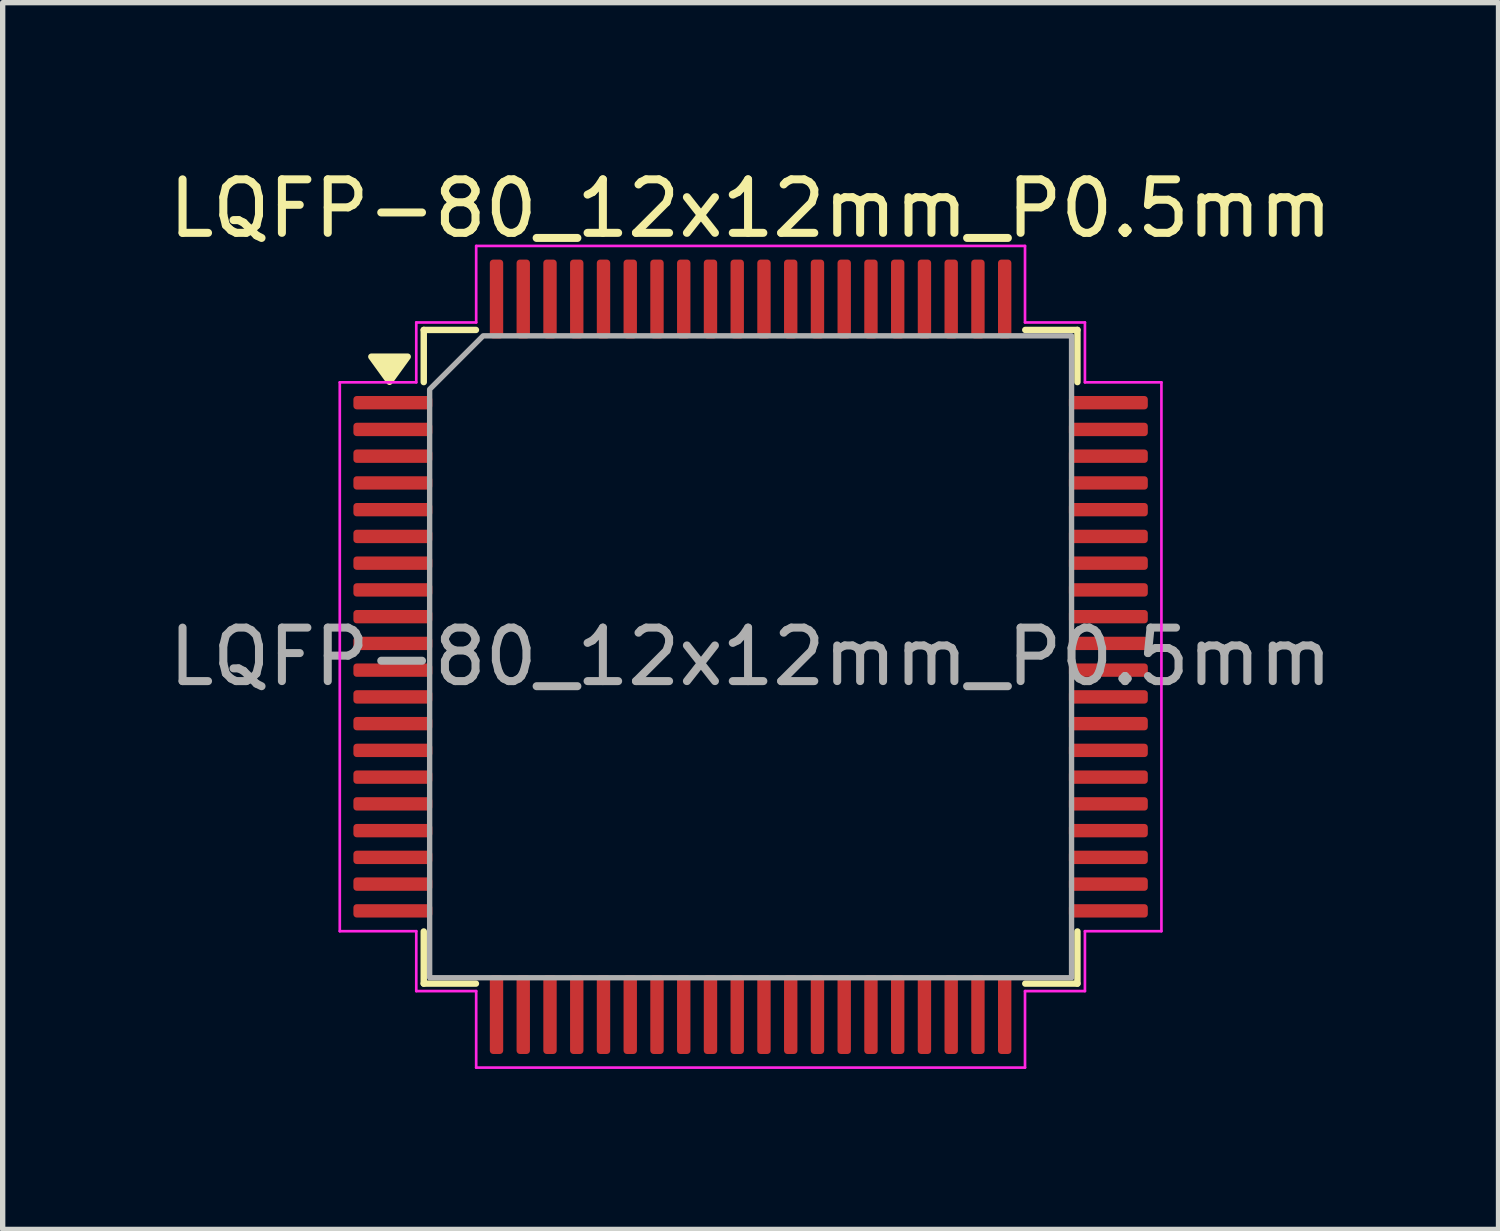
<source format=kicad_pcb>
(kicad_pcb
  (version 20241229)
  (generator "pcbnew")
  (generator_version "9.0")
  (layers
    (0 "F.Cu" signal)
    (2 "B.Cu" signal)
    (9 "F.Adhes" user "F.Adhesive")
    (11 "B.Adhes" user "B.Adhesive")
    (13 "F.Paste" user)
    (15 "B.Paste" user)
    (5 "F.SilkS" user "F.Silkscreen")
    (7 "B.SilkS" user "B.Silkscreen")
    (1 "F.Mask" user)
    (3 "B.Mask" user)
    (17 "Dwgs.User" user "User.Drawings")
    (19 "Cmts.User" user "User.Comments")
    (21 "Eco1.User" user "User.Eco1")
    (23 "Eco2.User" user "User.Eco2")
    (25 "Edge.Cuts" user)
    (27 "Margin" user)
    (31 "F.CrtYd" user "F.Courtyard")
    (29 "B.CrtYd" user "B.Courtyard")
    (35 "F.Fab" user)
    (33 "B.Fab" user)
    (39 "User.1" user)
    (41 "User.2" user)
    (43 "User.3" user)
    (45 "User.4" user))
  (footprint "LQFP-80_12x12mm_P0.5mm"
    (layer "F.Cu")
    (at 10.982 9.228)
    (property "Reference" "LQFP-80_12x12mm_P0.5mm" (at 0 -8.38 0) (layer "F.SilkS") (effects (font (size 1 1) (thickness 0.15))))
    (attr smd)
    (fp_line (start -6.11 -6.11) (end -5.135 -6.11) (stroke (width 0.12) (type solid)) (layer "F.SilkS"))
    (fp_line (start -6.11 -5.135) (end -6.11 -6.11) (stroke (width 0.12) (type solid)) (layer "F.SilkS"))
    (fp_line (start -6.11 6.11) (end -6.11 5.135) (stroke (width 0.12) (type solid)) (layer "F.SilkS"))
    (fp_line (start -5.135 6.11) (end -6.11 6.11) (stroke (width 0.12) (type solid)) (layer "F.SilkS"))
    (fp_line (start 5.135 -6.11) (end 6.11 -6.11) (stroke (width 0.12) (type solid)) (layer "F.SilkS"))
    (fp_line (start 6.11 -6.11) (end 6.11 -5.135) (stroke (width 0.12) (type solid)) (layer "F.SilkS"))
    (fp_line (start 6.11 5.135) (end 6.11 6.11) (stroke (width 0.12) (type solid)) (layer "F.SilkS"))
    (fp_line (start 6.11 6.11) (end 5.135 6.11) (stroke (width 0.12) (type solid)) (layer "F.SilkS"))
    (fp_poly (pts (xy -6.75 -5.14) (xy -7.09 -5.61) (xy -6.41 -5.61)) (stroke (width 0.12) (type solid)) (fill yes) (layer "F.SilkS"))
    (fp_line (start -7.68 -5.13) (end -6.25 -5.13) (stroke (width 0.05) (type solid)) (layer "F.CrtYd"))
    (fp_line (start -7.68 5.13) (end -7.68 -5.13) (stroke (width 0.05) (type solid)) (layer "F.CrtYd"))
    (fp_line (start -6.25 -6.25) (end -5.13 -6.25) (stroke (width 0.05) (type solid)) (layer "F.CrtYd"))
    (fp_line (start -6.25 -5.13) (end -6.25 -6.25) (stroke (width 0.05) (type solid)) (layer "F.CrtYd"))
    (fp_line (start -6.25 5.13) (end -7.68 5.13) (stroke (width 0.05) (type solid)) (layer "F.CrtYd"))
    (fp_line (start -6.25 6.25) (end -6.25 5.13) (stroke (width 0.05) (type solid)) (layer "F.CrtYd"))
    (fp_line (start -5.13 -7.68) (end 5.13 -7.68) (stroke (width 0.05) (type solid)) (layer "F.CrtYd"))
    (fp_line (start -5.13 -6.25) (end -5.13 -7.68) (stroke (width 0.05) (type solid)) (layer "F.CrtYd"))
    (fp_line (start -5.13 6.25) (end -6.25 6.25) (stroke (width 0.05) (type solid)) (layer "F.CrtYd"))
    (fp_line (start -5.13 7.68) (end -5.13 6.25) (stroke (width 0.05) (type solid)) (layer "F.CrtYd"))
    (fp_line (start 5.13 -7.68) (end 5.13 -6.25) (stroke (width 0.05) (type solid)) (layer "F.CrtYd"))
    (fp_line (start 5.13 -6.25) (end 6.25 -6.25) (stroke (width 0.05) (type solid)) (layer "F.CrtYd"))
    (fp_line (start 5.13 6.25) (end 5.13 7.68) (stroke (width 0.05) (type solid)) (layer "F.CrtYd"))
    (fp_line (start 5.13 7.68) (end -5.13 7.68) (stroke (width 0.05) (type solid)) (layer "F.CrtYd"))
    (fp_line (start 6.25 -6.25) (end 6.25 -5.13) (stroke (width 0.05) (type solid)) (layer "F.CrtYd"))
    (fp_line (start 6.25 -5.13) (end 7.68 -5.13) (stroke (width 0.05) (type solid)) (layer "F.CrtYd"))
    (fp_line (start 6.25 5.13) (end 6.25 6.25) (stroke (width 0.05) (type solid)) (layer "F.CrtYd"))
    (fp_line (start 6.25 6.25) (end 5.13 6.25) (stroke (width 0.05) (type solid)) (layer "F.CrtYd"))
    (fp_line (start 7.68 -5.13) (end 7.68 5.13) (stroke (width 0.05) (type solid)) (layer "F.CrtYd"))
    (fp_line (start 7.68 5.13) (end 6.25 5.13) (stroke (width 0.05) (type solid)) (layer "F.CrtYd"))
    (fp_poly (pts (xy -6 -5) (xy -6 6) (xy 6 6) (xy 6 -6) (xy -5 -6)) (stroke (width 0.1) (type solid)) (fill no) (layer "F.Fab"))
    (fp_text user "${REFERENCE}" (at 0 0 0) (layer "F.Fab") (effects (font (size 1 1) (thickness 0.15))))
    (pad "1" smd roundrect (at -6.688 -4.75) (size 1.475 0.25) (layers "F.Cu" "F.Mask" "F.Paste") (roundrect_rratio 0.25))
    (pad "2" smd roundrect (at -6.688 -4.25) (size 1.475 0.25) (layers "F.Cu" "F.Mask" "F.Paste") (roundrect_rratio 0.25))
    (pad "3" smd roundrect (at -6.688 -3.75) (size 1.475 0.25) (layers "F.Cu" "F.Mask" "F.Paste") (roundrect_rratio 0.25))
    (pad "4" smd roundrect (at -6.688 -3.25) (size 1.475 0.25) (layers "F.Cu" "F.Mask" "F.Paste") (roundrect_rratio 0.25))
    (pad "5" smd roundrect (at -6.688 -2.75) (size 1.475 0.25) (layers "F.Cu" "F.Mask" "F.Paste") (roundrect_rratio 0.25))
    (pad "6" smd roundrect (at -6.688 -2.25) (size 1.475 0.25) (layers "F.Cu" "F.Mask" "F.Paste") (roundrect_rratio 0.25))
    (pad "7" smd roundrect (at -6.688 -1.75) (size 1.475 0.25) (layers "F.Cu" "F.Mask" "F.Paste") (roundrect_rratio 0.25))
    (pad "8" smd roundrect (at -6.688 -1.25) (size 1.475 0.25) (layers "F.Cu" "F.Mask" "F.Paste") (roundrect_rratio 0.25))
    (pad "9" smd roundrect (at -6.688 -0.75) (size 1.475 0.25) (layers "F.Cu" "F.Mask" "F.Paste") (roundrect_rratio 0.25))
    (pad "10" smd roundrect (at -6.688 -0.25) (size 1.475 0.25) (layers "F.Cu" "F.Mask" "F.Paste") (roundrect_rratio 0.25))
    (pad "11" smd roundrect (at -6.688 0.25) (size 1.475 0.25) (layers "F.Cu" "F.Mask" "F.Paste") (roundrect_rratio 0.25))
    (pad "12" smd roundrect (at -6.688 0.75) (size 1.475 0.25) (layers "F.Cu" "F.Mask" "F.Paste") (roundrect_rratio 0.25))
    (pad "13" smd roundrect (at -6.688 1.25) (size 1.475 0.25) (layers "F.Cu" "F.Mask" "F.Paste") (roundrect_rratio 0.25))
    (pad "14" smd roundrect (at -6.688 1.75) (size 1.475 0.25) (layers "F.Cu" "F.Mask" "F.Paste") (roundrect_rratio 0.25))
    (pad "15" smd roundrect (at -6.688 2.25) (size 1.475 0.25) (layers "F.Cu" "F.Mask" "F.Paste") (roundrect_rratio 0.25))
    (pad "16" smd roundrect (at -6.688 2.75) (size 1.475 0.25) (layers "F.Cu" "F.Mask" "F.Paste") (roundrect_rratio 0.25))
    (pad "17" smd roundrect (at -6.688 3.25) (size 1.475 0.25) (layers "F.Cu" "F.Mask" "F.Paste") (roundrect_rratio 0.25))
    (pad "18" smd roundrect (at -6.688 3.75) (size 1.475 0.25) (layers "F.Cu" "F.Mask" "F.Paste") (roundrect_rratio 0.25))
    (pad "19" smd roundrect (at -6.688 4.25) (size 1.475 0.25) (layers "F.Cu" "F.Mask" "F.Paste") (roundrect_rratio 0.25))
    (pad "20" smd roundrect (at -6.688 4.75) (size 1.475 0.25) (layers "F.Cu" "F.Mask" "F.Paste") (roundrect_rratio 0.25))
    (pad "21" smd roundrect (at -4.75 6.688) (size 0.25 1.475) (layers "F.Cu" "F.Mask" "F.Paste") (roundrect_rratio 0.25))
    (pad "22" smd roundrect (at -4.25 6.688) (size 0.25 1.475) (layers "F.Cu" "F.Mask" "F.Paste") (roundrect_rratio 0.25))
    (pad "23" smd roundrect (at -3.75 6.688) (size 0.25 1.475) (layers "F.Cu" "F.Mask" "F.Paste") (roundrect_rratio 0.25))
    (pad "24" smd roundrect (at -3.25 6.688) (size 0.25 1.475) (layers "F.Cu" "F.Mask" "F.Paste") (roundrect_rratio 0.25))
    (pad "25" smd roundrect (at -2.75 6.688) (size 0.25 1.475) (layers "F.Cu" "F.Mask" "F.Paste") (roundrect_rratio 0.25))
    (pad "26" smd roundrect (at -2.25 6.688) (size 0.25 1.475) (layers "F.Cu" "F.Mask" "F.Paste") (roundrect_rratio 0.25))
    (pad "27" smd roundrect (at -1.75 6.688) (size 0.25 1.475) (layers "F.Cu" "F.Mask" "F.Paste") (roundrect_rratio 0.25))
    (pad "28" smd roundrect (at -1.25 6.688) (size 0.25 1.475) (layers "F.Cu" "F.Mask" "F.Paste") (roundrect_rratio 0.25))
    (pad "29" smd roundrect (at -0.75 6.688) (size 0.25 1.475) (layers "F.Cu" "F.Mask" "F.Paste") (roundrect_rratio 0.25))
    (pad "30" smd roundrect (at -0.25 6.688) (size 0.25 1.475) (layers "F.Cu" "F.Mask" "F.Paste") (roundrect_rratio 0.25))
    (pad "31" smd roundrect (at 0.25 6.688) (size 0.25 1.475) (layers "F.Cu" "F.Mask" "F.Paste") (roundrect_rratio 0.25))
    (pad "32" smd roundrect (at 0.75 6.688) (size 0.25 1.475) (layers "F.Cu" "F.Mask" "F.Paste") (roundrect_rratio 0.25))
    (pad "33" smd roundrect (at 1.25 6.688) (size 0.25 1.475) (layers "F.Cu" "F.Mask" "F.Paste") (roundrect_rratio 0.25))
    (pad "34" smd roundrect (at 1.75 6.688) (size 0.25 1.475) (layers "F.Cu" "F.Mask" "F.Paste") (roundrect_rratio 0.25))
    (pad "35" smd roundrect (at 2.25 6.688) (size 0.25 1.475) (layers "F.Cu" "F.Mask" "F.Paste") (roundrect_rratio 0.25))
    (pad "36" smd roundrect (at 2.75 6.688) (size 0.25 1.475) (layers "F.Cu" "F.Mask" "F.Paste") (roundrect_rratio 0.25))
    (pad "37" smd roundrect (at 3.25 6.688) (size 0.25 1.475) (layers "F.Cu" "F.Mask" "F.Paste") (roundrect_rratio 0.25))
    (pad "38" smd roundrect (at 3.75 6.688) (size 0.25 1.475) (layers "F.Cu" "F.Mask" "F.Paste") (roundrect_rratio 0.25))
    (pad "39" smd roundrect (at 4.25 6.688) (size 0.25 1.475) (layers "F.Cu" "F.Mask" "F.Paste") (roundrect_rratio 0.25))
    (pad "40" smd roundrect (at 4.75 6.688) (size 0.25 1.475) (layers "F.Cu" "F.Mask" "F.Paste") (roundrect_rratio 0.25))
    (pad "41" smd roundrect (at 6.688 4.75) (size 1.475 0.25) (layers "F.Cu" "F.Mask" "F.Paste") (roundrect_rratio 0.25))
    (pad "42" smd roundrect (at 6.688 4.25) (size 1.475 0.25) (layers "F.Cu" "F.Mask" "F.Paste") (roundrect_rratio 0.25))
    (pad "43" smd roundrect (at 6.688 3.75) (size 1.475 0.25) (layers "F.Cu" "F.Mask" "F.Paste") (roundrect_rratio 0.25))
    (pad "44" smd roundrect (at 6.688 3.25) (size 1.475 0.25) (layers "F.Cu" "F.Mask" "F.Paste") (roundrect_rratio 0.25))
    (pad "45" smd roundrect (at 6.688 2.75) (size 1.475 0.25) (layers "F.Cu" "F.Mask" "F.Paste") (roundrect_rratio 0.25))
    (pad "46" smd roundrect (at 6.688 2.25) (size 1.475 0.25) (layers "F.Cu" "F.Mask" "F.Paste") (roundrect_rratio 0.25))
    (pad "47" smd roundrect (at 6.688 1.75) (size 1.475 0.25) (layers "F.Cu" "F.Mask" "F.Paste") (roundrect_rratio 0.25))
    (pad "48" smd roundrect (at 6.688 1.25) (size 1.475 0.25) (layers "F.Cu" "F.Mask" "F.Paste") (roundrect_rratio 0.25))
    (pad "49" smd roundrect (at 6.688 0.75) (size 1.475 0.25) (layers "F.Cu" "F.Mask" "F.Paste") (roundrect_rratio 0.25))
    (pad "50" smd roundrect (at 6.688 0.25) (size 1.475 0.25) (layers "F.Cu" "F.Mask" "F.Paste") (roundrect_rratio 0.25))
    (pad "51" smd roundrect (at 6.688 -0.25) (size 1.475 0.25) (layers "F.Cu" "F.Mask" "F.Paste") (roundrect_rratio 0.25))
    (pad "52" smd roundrect (at 6.688 -0.75) (size 1.475 0.25) (layers "F.Cu" "F.Mask" "F.Paste") (roundrect_rratio 0.25))
    (pad "53" smd roundrect (at 6.688 -1.25) (size 1.475 0.25) (layers "F.Cu" "F.Mask" "F.Paste") (roundrect_rratio 0.25))
    (pad "54" smd roundrect (at 6.688 -1.75) (size 1.475 0.25) (layers "F.Cu" "F.Mask" "F.Paste") (roundrect_rratio 0.25))
    (pad "55" smd roundrect (at 6.688 -2.25) (size 1.475 0.25) (layers "F.Cu" "F.Mask" "F.Paste") (roundrect_rratio 0.25))
    (pad "56" smd roundrect (at 6.688 -2.75) (size 1.475 0.25) (layers "F.Cu" "F.Mask" "F.Paste") (roundrect_rratio 0.25))
    (pad "57" smd roundrect (at 6.688 -3.25) (size 1.475 0.25) (layers "F.Cu" "F.Mask" "F.Paste") (roundrect_rratio 0.25))
    (pad "58" smd roundrect (at 6.688 -3.75) (size 1.475 0.25) (layers "F.Cu" "F.Mask" "F.Paste") (roundrect_rratio 0.25))
    (pad "59" smd roundrect (at 6.688 -4.25) (size 1.475 0.25) (layers "F.Cu" "F.Mask" "F.Paste") (roundrect_rratio 0.25))
    (pad "60" smd roundrect (at 6.688 -4.75) (size 1.475 0.25) (layers "F.Cu" "F.Mask" "F.Paste") (roundrect_rratio 0.25))
    (pad "61" smd roundrect (at 4.75 -6.688) (size 0.25 1.475) (layers "F.Cu" "F.Mask" "F.Paste") (roundrect_rratio 0.25))
    (pad "62" smd roundrect (at 4.25 -6.688) (size 0.25 1.475) (layers "F.Cu" "F.Mask" "F.Paste") (roundrect_rratio 0.25))
    (pad "63" smd roundrect (at 3.75 -6.688) (size 0.25 1.475) (layers "F.Cu" "F.Mask" "F.Paste") (roundrect_rratio 0.25))
    (pad "64" smd roundrect (at 3.25 -6.688) (size 0.25 1.475) (layers "F.Cu" "F.Mask" "F.Paste") (roundrect_rratio 0.25))
    (pad "65" smd roundrect (at 2.75 -6.688) (size 0.25 1.475) (layers "F.Cu" "F.Mask" "F.Paste") (roundrect_rratio 0.25))
    (pad "66" smd roundrect (at 2.25 -6.688) (size 0.25 1.475) (layers "F.Cu" "F.Mask" "F.Paste") (roundrect_rratio 0.25))
    (pad "67" smd roundrect (at 1.75 -6.688) (size 0.25 1.475) (layers "F.Cu" "F.Mask" "F.Paste") (roundrect_rratio 0.25))
    (pad "68" smd roundrect (at 1.25 -6.688) (size 0.25 1.475) (layers "F.Cu" "F.Mask" "F.Paste") (roundrect_rratio 0.25))
    (pad "69" smd roundrect (at 0.75 -6.688) (size 0.25 1.475) (layers "F.Cu" "F.Mask" "F.Paste") (roundrect_rratio 0.25))
    (pad "70" smd roundrect (at 0.25 -6.688) (size 0.25 1.475) (layers "F.Cu" "F.Mask" "F.Paste") (roundrect_rratio 0.25))
    (pad "71" smd roundrect (at -0.25 -6.688) (size 0.25 1.475) (layers "F.Cu" "F.Mask" "F.Paste") (roundrect_rratio 0.25))
    (pad "72" smd roundrect (at -0.75 -6.688) (size 0.25 1.475) (layers "F.Cu" "F.Mask" "F.Paste") (roundrect_rratio 0.25))
    (pad "73" smd roundrect (at -1.25 -6.688) (size 0.25 1.475) (layers "F.Cu" "F.Mask" "F.Paste") (roundrect_rratio 0.25))
    (pad "74" smd roundrect (at -1.75 -6.688) (size 0.25 1.475) (layers "F.Cu" "F.Mask" "F.Paste") (roundrect_rratio 0.25))
    (pad "75" smd roundrect (at -2.25 -6.688) (size 0.25 1.475) (layers "F.Cu" "F.Mask" "F.Paste") (roundrect_rratio 0.25))
    (pad "76" smd roundrect (at -2.75 -6.688) (size 0.25 1.475) (layers "F.Cu" "F.Mask" "F.Paste") (roundrect_rratio 0.25))
    (pad "77" smd roundrect (at -3.25 -6.688) (size 0.25 1.475) (layers "F.Cu" "F.Mask" "F.Paste") (roundrect_rratio 0.25))
    (pad "78" smd roundrect (at -3.75 -6.688) (size 0.25 1.475) (layers "F.Cu" "F.Mask" "F.Paste") (roundrect_rratio 0.25))
    (pad "79" smd roundrect (at -4.25 -6.688) (size 0.25 1.475) (layers "F.Cu" "F.Mask" "F.Paste") (roundrect_rratio 0.25))
    (pad "80" smd roundrect (at -4.75 -6.688) (size 0.25 1.475) (layers "F.Cu" "F.Mask" "F.Paste") (roundrect_rratio 0.25)))
  (gr_rect
    (start -3 -3)
    (end 24.964 19.933)
    (stroke (width 0.1) (type default))
    (fill no)
    (layer "Edge.Cuts")))
</source>
